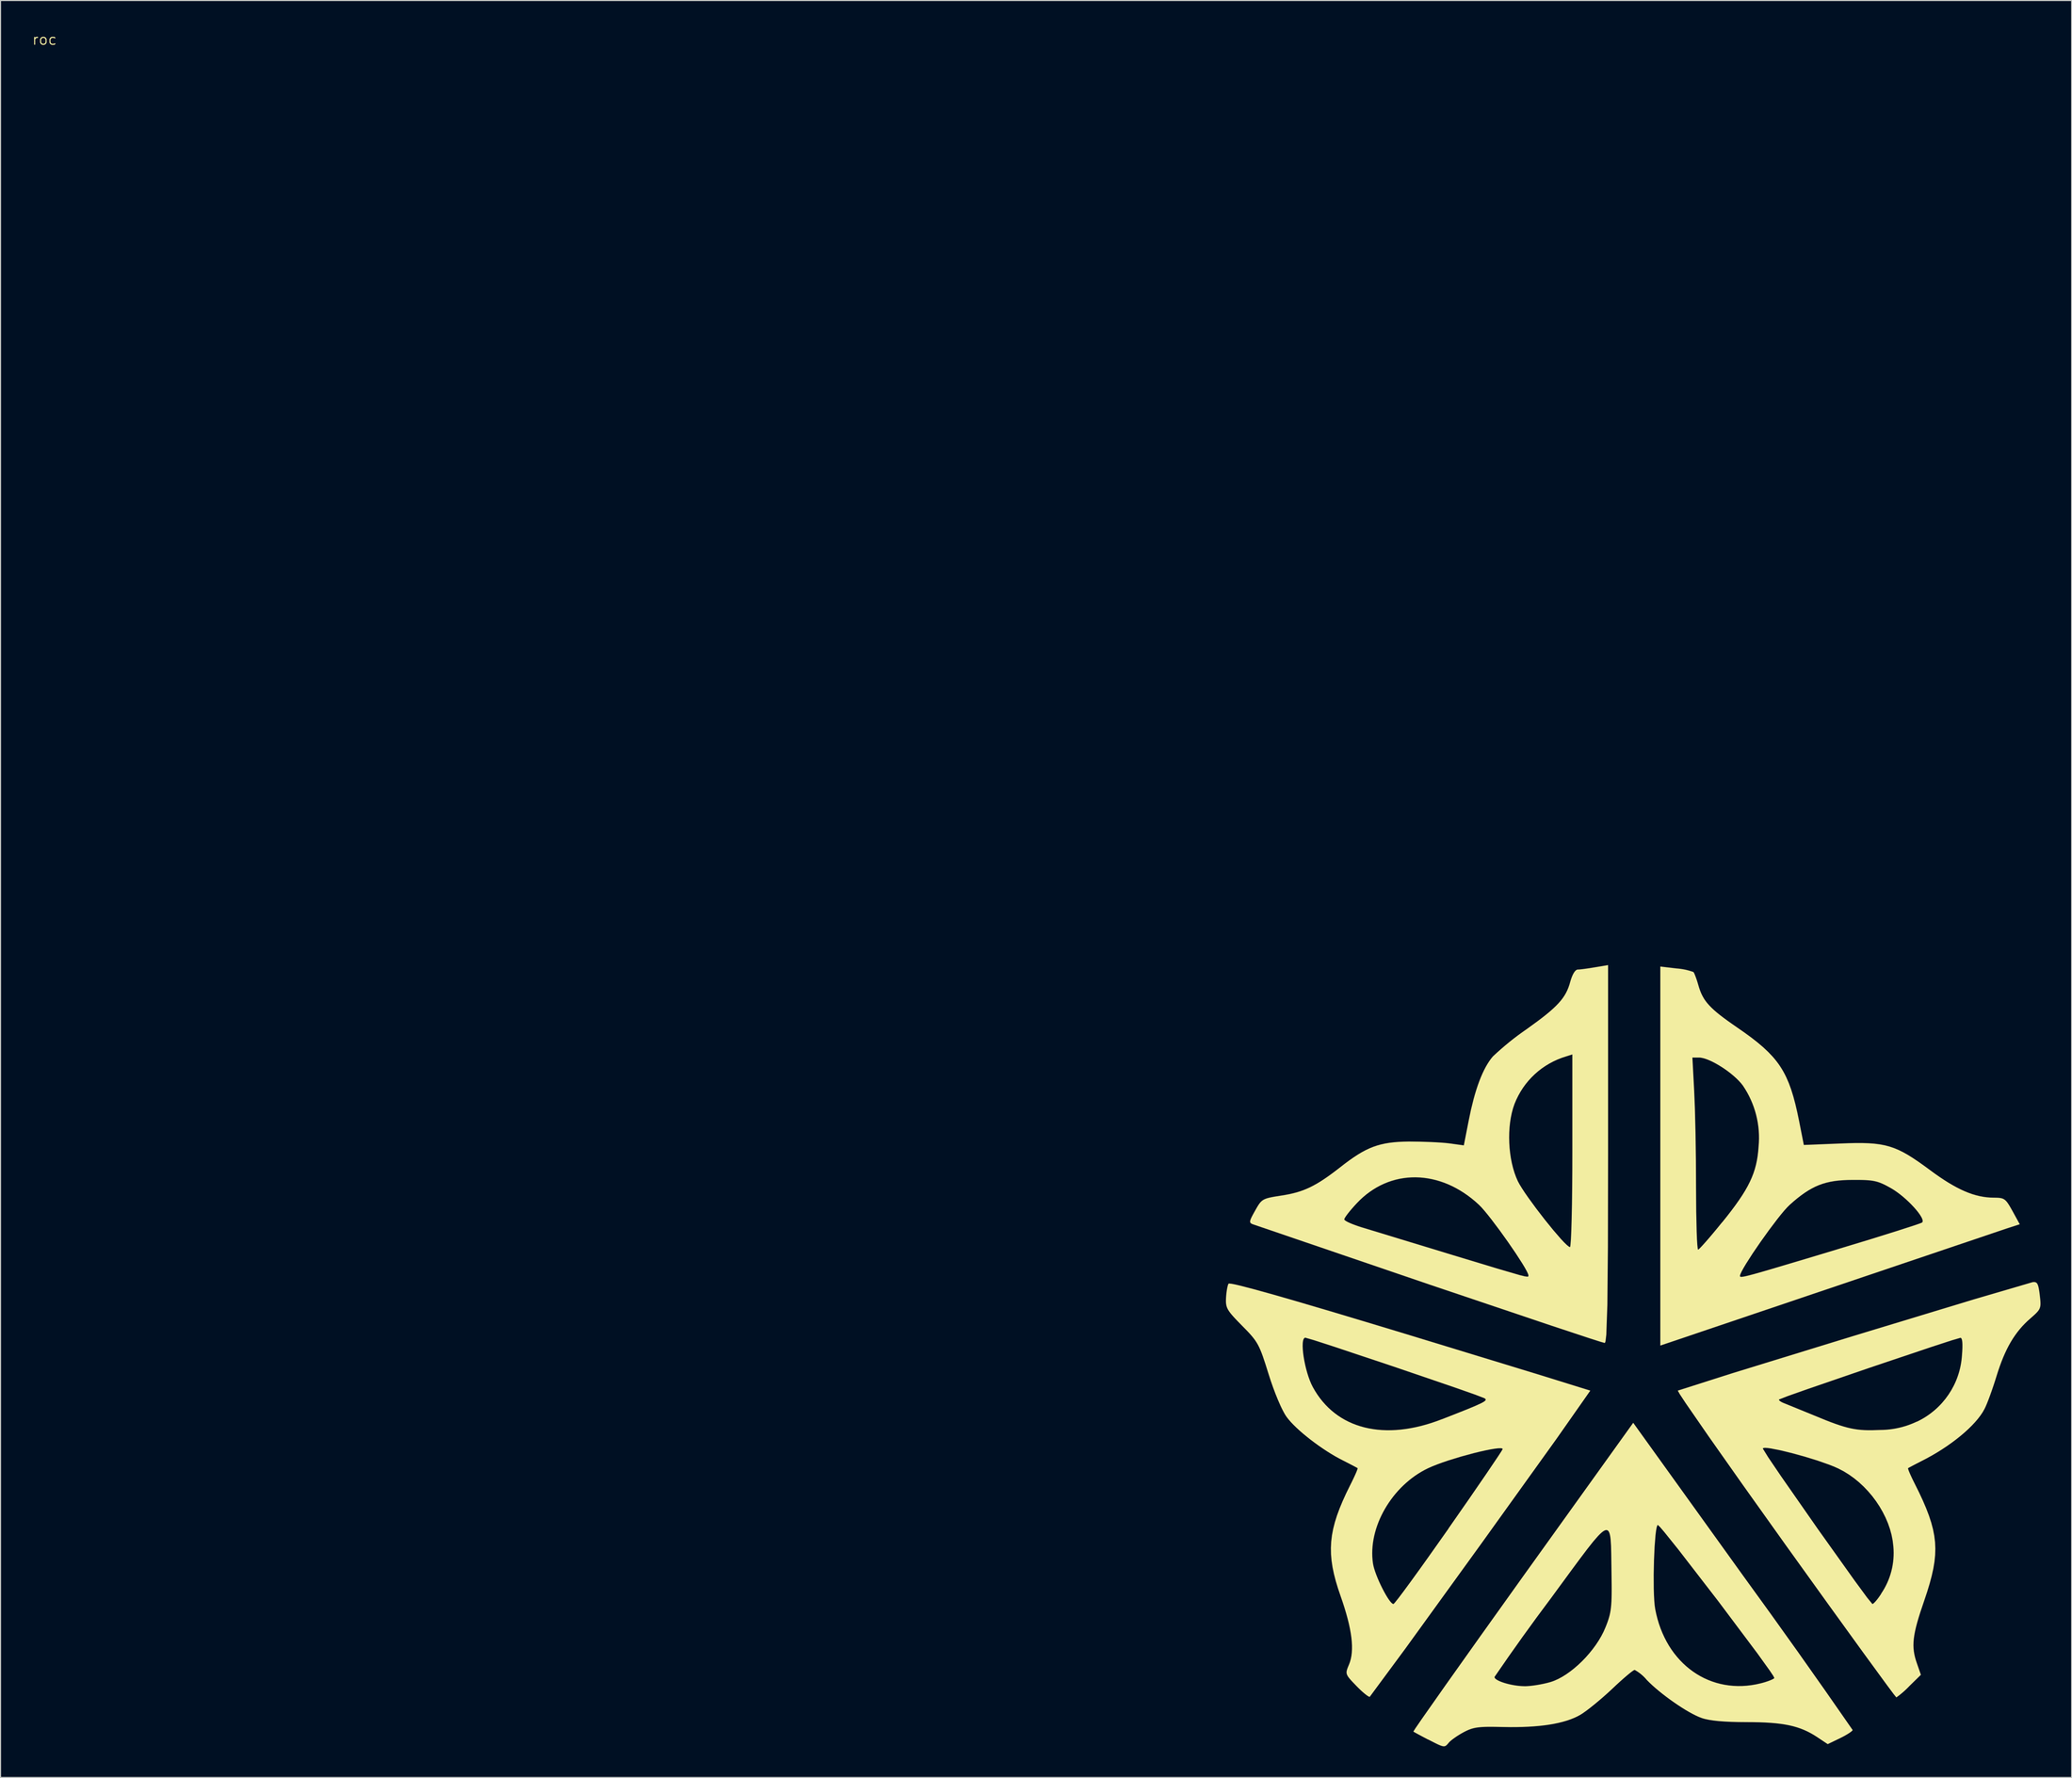
<source format=kicad_pcb>
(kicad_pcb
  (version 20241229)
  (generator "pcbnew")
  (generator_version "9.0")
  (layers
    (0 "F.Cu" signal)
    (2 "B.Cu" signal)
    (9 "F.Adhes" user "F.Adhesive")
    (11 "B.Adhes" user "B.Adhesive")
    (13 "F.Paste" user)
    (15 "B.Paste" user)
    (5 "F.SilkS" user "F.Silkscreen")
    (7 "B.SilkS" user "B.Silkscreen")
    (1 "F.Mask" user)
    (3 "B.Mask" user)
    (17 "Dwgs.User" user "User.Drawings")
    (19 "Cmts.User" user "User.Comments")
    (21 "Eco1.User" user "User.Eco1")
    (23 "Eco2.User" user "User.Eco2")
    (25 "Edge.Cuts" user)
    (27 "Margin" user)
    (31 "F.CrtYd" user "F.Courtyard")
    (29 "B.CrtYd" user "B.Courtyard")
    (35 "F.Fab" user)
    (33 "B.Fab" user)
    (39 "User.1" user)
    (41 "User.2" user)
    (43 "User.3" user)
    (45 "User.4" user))
  (footprint "roc"
    (layer "F.Cu")
    (at 1.24 1.26)
    (property "Reference" "roc" (at 0 -0.5 0) (layer "F.SilkS") (effects (font (size 1 1) (thickness 0.1))))
    (attr exclude_from_pos_files exclude_from_bom)
    (fp_poly (pts (xy 157.105 88.994) (xy 157.319 89.012) (xy 157.531 89.037) (xy 157.743 89.069) (xy 157.953 89.109) (xy 158.161 89.157) (xy 158.368 89.212) (xy 158.572 89.274) (xy 158.775 89.344) (xy 158.793 89.368) (xy 158.814 89.402) (xy 158.837 89.446) (xy 158.863 89.499) (xy 158.89 89.56) (xy 158.918 89.629) (xy 158.98 89.787) (xy 159.045 89.968) (xy 159.113 90.168) (xy 159.18 90.382) (xy 159.245 90.604) (xy 159.331 90.887) (xy 159.424 91.153) (xy 159.527 91.405) (xy 159.644 91.645) (xy 159.776 91.877) (xy 159.848 91.991) (xy 159.926 92.103) (xy 160.008 92.215) (xy 160.096 92.327) (xy 160.29 92.55) (xy 160.51 92.777) (xy 160.757 93.009) (xy 161.036 93.25) (xy 161.349 93.502) (xy 161.697 93.769) (xy 162.084 94.053) (xy 162.513 94.357) (xy 162.985 94.684) (xy 163.71 95.191) (xy 164.368 95.673) (xy 164.961 96.138) (xy 165.496 96.593) (xy 165.975 97.044) (xy 166.405 97.498) (xy 166.602 97.728) (xy 166.789 97.962) (xy 166.966 98.2) (xy 167.132 98.443) (xy 167.29 98.692) (xy 167.439 98.947) (xy 167.581 99.211) (xy 167.715 99.483) (xy 167.963 100.056) (xy 168.188 100.673) (xy 168.395 101.342) (xy 168.589 102.068) (xy 168.774 102.86) (xy 168.955 103.724) (xy 169.405 106.004) (xy 172.905 105.864) (xy 173.687 105.834) (xy 174.398 105.818) (xy 175.046 105.819) (xy 175.639 105.838) (xy 176.185 105.878) (xy 176.694 105.942) (xy 177.174 106.032) (xy 177.632 106.151) (xy 178.078 106.301) (xy 178.52 106.485) (xy 178.967 106.705) (xy 179.427 106.963) (xy 179.908 107.263) (xy 180.419 107.606) (xy 180.968 107.996) (xy 181.565 108.434) (xy 182.03 108.773) (xy 182.479 109.087) (xy 182.912 109.376) (xy 183.331 109.64) (xy 183.737 109.879) (xy 184.131 110.096) (xy 184.514 110.289) (xy 184.888 110.46) (xy 185.254 110.609) (xy 185.613 110.737) (xy 185.967 110.843) (xy 186.316 110.93) (xy 186.662 110.997) (xy 187.007 111.044) (xy 187.35 111.073) (xy 187.695 111.084) (xy 187.877 111.085) (xy 188.04 111.09) (xy 188.186 111.099) (xy 188.316 111.115) (xy 188.376 111.126) (xy 188.433 111.139) (xy 188.488 111.154) (xy 188.54 111.172) (xy 188.59 111.193) (xy 188.638 111.217) (xy 188.684 111.244) (xy 188.729 111.274) (xy 188.774 111.307) (xy 188.817 111.345) (xy 188.86 111.386) (xy 188.902 111.431) (xy 188.945 111.481) (xy 188.988 111.535) (xy 189.075 111.657) (xy 189.168 111.8) (xy 189.267 111.964) (xy 189.375 112.152) (xy 189.494 112.364) (xy 190.194 113.644) (xy 188.964 114.044) (xy 171.665 119.894) (xy 155.585 125.333) (xy 155.585 118.614) (xy 163.255 118.614) (xy 163.255 118.626) (xy 163.256 118.637) (xy 163.258 118.648) (xy 163.26 118.658) (xy 163.264 118.667) (xy 163.269 118.676) (xy 163.276 118.684) (xy 163.284 118.691) (xy 163.295 118.697) (xy 163.307 118.702) (xy 163.322 118.706) (xy 163.34 118.71) (xy 163.36 118.711) (xy 163.384 118.712) (xy 163.41 118.712) (xy 163.44 118.71) (xy 163.473 118.707) (xy 163.51 118.702) (xy 163.551 118.696) (xy 163.596 118.689) (xy 163.646 118.68) (xy 163.7 118.669) (xy 163.758 118.657) (xy 163.822 118.643) (xy 163.891 118.627) (xy 163.965 118.61) (xy 164.129 118.569) (xy 164.318 118.52) (xy 164.531 118.462) (xy 164.771 118.396) (xy 165.04 118.321) (xy 165.339 118.236) (xy 165.668 118.141) (xy 166.031 118.035) (xy 166.429 117.918) (xy 166.863 117.79) (xy 167.334 117.65) (xy 168.397 117.333) (xy 169.63 116.964) (xy 171.045 116.538) (xy 172.655 116.054) (xy 172.645 116.054) (xy 175.746 115.112) (xy 178.317 114.31) (xy 180.089 113.735) (xy 180.592 113.56) (xy 180.795 113.474) (xy 180.825 113.435) (xy 180.843 113.387) (xy 180.848 113.329) (xy 180.842 113.263) (xy 180.823 113.189) (xy 180.794 113.107) (xy 180.754 113.019) (xy 180.704 112.924) (xy 180.576 112.718) (xy 180.415 112.493) (xy 180.223 112.253) (xy 180.005 112.004) (xy 179.765 111.749) (xy 179.507 111.492) (xy 179.235 111.239) (xy 178.952 110.993) (xy 178.664 110.759) (xy 178.374 110.542) (xy 178.087 110.345) (xy 177.805 110.174) (xy 177.57 110.043) (xy 177.353 109.926) (xy 177.151 109.824) (xy 176.959 109.735) (xy 176.775 109.658) (xy 176.594 109.593) (xy 176.411 109.538) (xy 176.225 109.493) (xy 176.03 109.456) (xy 175.822 109.427) (xy 175.599 109.406) (xy 175.355 109.39) (xy 175.088 109.38) (xy 174.793 109.375) (xy 174.105 109.374) (xy 173.624 109.38) (xy 173.171 109.401) (xy 172.742 109.436) (xy 172.334 109.487) (xy 171.944 109.556) (xy 171.57 109.643) (xy 171.209 109.749) (xy 170.857 109.876) (xy 170.512 110.025) (xy 170.171 110.197) (xy 169.831 110.393) (xy 169.49 110.614) (xy 169.143 110.862) (xy 168.788 111.137) (xy 168.423 111.44) (xy 168.045 111.774) (xy 167.81 112.006) (xy 167.523 112.325) (xy 167.194 112.719) (xy 166.832 113.174) (xy 166.046 114.216) (xy 165.237 115.344) (xy 164.48 116.453) (xy 163.849 117.438) (xy 163.603 117.851) (xy 163.416 118.193) (xy 163.297 118.452) (xy 163.266 118.546) (xy 163.255 118.614) (xy 155.585 118.614) (xy 155.585 97.584) (xy 158.675 97.584) (xy 158.845 100.804) (xy 158.915 102.529) (xy 158.973 104.849) (xy 159.011 107.461) (xy 159.025 110.064) (xy 159.041 112.408) (xy 159.084 114.327) (xy 159.113 115.066) (xy 159.147 115.623) (xy 159.185 115.974) (xy 159.205 116.064) (xy 159.225 116.094) (xy 159.237 116.089) (xy 159.255 116.078) (xy 159.305 116.036) (xy 159.376 115.97) (xy 159.465 115.879) (xy 159.571 115.767) (xy 159.694 115.634) (xy 159.982 115.31) (xy 160.321 114.919) (xy 160.699 114.472) (xy 161.107 113.98) (xy 161.535 113.454) (xy 161.545 113.454) (xy 162.011 112.871) (xy 162.435 112.322) (xy 162.82 111.805) (xy 163.166 111.315) (xy 163.477 110.848) (xy 163.753 110.401) (xy 163.997 109.97) (xy 164.21 109.551) (xy 164.395 109.14) (xy 164.553 108.734) (xy 164.686 108.328) (xy 164.796 107.919) (xy 164.885 107.503) (xy 164.955 107.076) (xy 165.008 106.634) (xy 165.045 106.174) (xy 165.074 105.784) (xy 165.087 105.394) (xy 165.082 105.006) (xy 165.061 104.619) (xy 165.022 104.234) (xy 164.968 103.851) (xy 164.896 103.472) (xy 164.809 103.096) (xy 164.705 102.724) (xy 164.585 102.357) (xy 164.449 101.996) (xy 164.297 101.64) (xy 164.13 101.29) (xy 163.947 100.947) (xy 163.748 100.612) (xy 163.535 100.284) (xy 163.355 100.056) (xy 163.145 99.823) (xy 162.909 99.589) (xy 162.651 99.356) (xy 162.374 99.126) (xy 162.084 98.902) (xy 161.783 98.687) (xy 161.477 98.484) (xy 161.17 98.295) (xy 160.865 98.122) (xy 160.566 97.968) (xy 160.278 97.837) (xy 160.005 97.73) (xy 159.751 97.651) (xy 159.519 97.601) (xy 159.413 97.588) (xy 159.315 97.584) (xy 158.675 97.584) (xy 155.585 97.584) (xy 155.585 88.814)) (stroke (width -0.000001) (type solid)) (fill yes) (layer "F.SilkS"))
    (fp_poly (pts (xy 150.555 106.884) (xy 150.54 115.804) (xy 150.488 121.387) (xy 150.386 124.269) (xy 150.314 124.895) (xy 150.272 125.039) (xy 150.225 125.083) (xy 149.822 124.968) (xy 148.793 124.638) (xy 145.135 123.427) (xy 133.355 119.454) (xy 133.355 119.454) (xy 116.376 113.654) (xy 116.338 113.64) (xy 116.302 113.626) (xy 116.269 113.611) (xy 116.239 113.597) (xy 116.212 113.582) (xy 116.187 113.566) (xy 116.165 113.55) (xy 116.145 113.532) (xy 116.129 113.513) (xy 116.115 113.493) (xy 116.104 113.471) (xy 116.096 113.447) (xy 116.09 113.421) (xy 116.088 113.394) (xy 116.089 113.364) (xy 116.092 113.331) (xy 116.098 113.296) (xy 116.108 113.258) (xy 116.12 113.217) (xy 116.135 113.174) (xy 125.156 113.174) (xy 125.158 113.188) (xy 125.165 113.204) (xy 125.176 113.221) (xy 125.192 113.239) (xy 125.212 113.258) (xy 125.236 113.278) (xy 125.296 113.32) (xy 125.371 113.365) (xy 125.461 113.414) (xy 125.564 113.464) (xy 125.679 113.517) (xy 125.806 113.572) (xy 125.944 113.628) (xy 126.092 113.685) (xy 126.248 113.743) (xy 126.413 113.801) (xy 126.584 113.859) (xy 126.762 113.917) (xy 126.946 113.974) (xy 135.605 116.614) (xy 139.877 117.91) (xy 142.032 118.539) (xy 142.541 118.664) (xy 142.793 118.695) (xy 142.85 118.683) (xy 142.877 118.657) (xy 142.885 118.574) (xy 142.875 118.509) (xy 142.844 118.418) (xy 142.726 118.166) (xy 142.541 117.831) (xy 142.297 117.425) (xy 141.671 116.454) (xy 140.92 115.356) (xy 140.117 114.235) (xy 139.333 113.193) (xy 138.971 112.735) (xy 138.642 112.335) (xy 138.354 112.007) (xy 138.115 111.764) (xy 137.764 111.448) (xy 137.407 111.153) (xy 137.043 110.878) (xy 136.675 110.622) (xy 136.302 110.387) (xy 135.924 110.172) (xy 135.543 109.976) (xy 135.159 109.801) (xy 134.772 109.646) (xy 134.382 109.511) (xy 133.992 109.396) (xy 133.6 109.301) (xy 133.208 109.226) (xy 132.815 109.171) (xy 132.424 109.136) (xy 132.033 109.121) (xy 131.644 109.127) (xy 131.257 109.152) (xy 130.872 109.198) (xy 130.491 109.263) (xy 130.114 109.349) (xy 129.74 109.455) (xy 129.372 109.581) (xy 129.009 109.727) (xy 128.651 109.894) (xy 128.3 110.08) (xy 127.956 110.287) (xy 127.619 110.514) (xy 127.29 110.761) (xy 126.969 111.029) (xy 126.658 111.316) (xy 126.356 111.624) (xy 126.115 111.885) (xy 125.89 112.14) (xy 125.686 112.382) (xy 125.508 112.605) (xy 125.361 112.802) (xy 125.301 112.889) (xy 125.25 112.967) (xy 125.21 113.035) (xy 125.18 113.093) (xy 125.162 113.139) (xy 125.156 113.174) (xy 116.135 113.174) (xy 116.136 113.173) (xy 116.154 113.126) (xy 116.176 113.075) (xy 116.2 113.02) (xy 116.228 112.962) (xy 116.259 112.899) (xy 116.293 112.833) (xy 116.371 112.686) (xy 116.462 112.52) (xy 116.566 112.334) (xy 116.678 112.134) (xy 116.78 111.958) (xy 116.875 111.804) (xy 116.922 111.735) (xy 116.968 111.67) (xy 117.014 111.609) (xy 117.06 111.553) (xy 117.108 111.501) (xy 117.156 111.452) (xy 117.207 111.407) (xy 117.26 111.365) (xy 117.315 111.326) (xy 117.373 111.29) (xy 117.435 111.256) (xy 117.501 111.225) (xy 117.571 111.195) (xy 117.645 111.168) (xy 117.725 111.141) (xy 117.811 111.116) (xy 118 111.07) (xy 118.217 111.025) (xy 118.464 110.98) (xy 119.066 110.884) (xy 119.463 110.819) (xy 119.84 110.747) (xy 120.2 110.666) (xy 120.545 110.576) (xy 120.879 110.474) (xy 121.206 110.359) (xy 121.528 110.229) (xy 121.848 110.084) (xy 122.17 109.921) (xy 122.497 109.74) (xy 122.832 109.538) (xy 123.178 109.314) (xy 123.538 109.068) (xy 123.915 108.796) (xy 124.314 108.499) (xy 124.736 108.174) (xy 125.196 107.816) (xy 125.631 107.493) (xy 126.044 107.203) (xy 126.441 106.944) (xy 126.825 106.714) (xy 127.199 106.512) (xy 127.57 106.336) (xy 127.939 106.185) (xy 128.313 106.057) (xy 128.694 105.951) (xy 129.087 105.864) (xy 129.496 105.796) (xy 129.925 105.744) (xy 130.379 105.708) (xy 130.861 105.685) (xy 131.375 105.674) (xy 132.41 105.686) (xy 133.479 105.721) (xy 133.987 105.746) (xy 134.457 105.775) (xy 134.871 105.808) (xy 135.215 105.844) (xy 136.665 106.044) (xy 136.811 105.301) (xy 141.03 105.301) (xy 141.042 105.804) (xy 141.074 106.305) (xy 141.127 106.802) (xy 141.2 107.291) (xy 141.294 107.769) (xy 141.407 108.231) (xy 141.54 108.675) (xy 141.693 109.097) (xy 141.865 109.494) (xy 142.03 109.801) (xy 142.261 110.177) (xy 142.546 110.611) (xy 142.877 111.089) (xy 143.638 112.131) (xy 144.465 113.205) (xy 145.281 114.212) (xy 146.008 115.053) (xy 146.314 115.38) (xy 146.569 115.629) (xy 146.762 115.788) (xy 146.833 115.829) (xy 146.885 115.844) (xy 146.897 115.831) (xy 146.909 115.795) (xy 146.932 115.654) (xy 146.976 115.111) (xy 147.015 114.252) (xy 147.049 113.116) (xy 147.077 111.741) (xy 147.098 110.165) (xy 147.111 108.427) (xy 147.115 106.564) (xy 147.115 97.284) (xy 146.515 97.474) (xy 146.094 97.612) (xy 145.683 97.773) (xy 145.285 97.957) (xy 144.899 98.162) (xy 144.526 98.389) (xy 144.168 98.635) (xy 143.825 98.901) (xy 143.498 99.186) (xy 143.187 99.489) (xy 142.894 99.809) (xy 142.619 100.146) (xy 142.363 100.499) (xy 142.127 100.867) (xy 141.912 101.249) (xy 141.717 101.645) (xy 141.545 102.054) (xy 141.406 102.464) (xy 141.29 102.899) (xy 141.195 103.353) (xy 141.121 103.824) (xy 141.07 104.308) (xy 141.039 104.802) (xy 141.03 105.301) (xy 136.811 105.301) (xy 137.125 103.694) (xy 137.353 102.607) (xy 137.601 101.605) (xy 137.732 101.137) (xy 137.868 100.691) (xy 138.008 100.266) (xy 138.153 99.864) (xy 138.302 99.484) (xy 138.456 99.127) (xy 138.614 98.793) (xy 138.776 98.482) (xy 138.943 98.195) (xy 139.113 97.931) (xy 139.287 97.69) (xy 139.465 97.474) (xy 139.852 97.115) (xy 140.246 96.763) (xy 140.646 96.42) (xy 141.053 96.084) (xy 141.466 95.757) (xy 141.886 95.437) (xy 142.313 95.127) (xy 142.745 94.824) (xy 143.754 94.09) (xy 144.19 93.76) (xy 144.582 93.449) (xy 144.935 93.156) (xy 145.25 92.878) (xy 145.531 92.612) (xy 145.779 92.354) (xy 145.998 92.103) (xy 146.189 91.854) (xy 146.356 91.607) (xy 146.501 91.356) (xy 146.627 91.101) (xy 146.736 90.837) (xy 146.832 90.562) (xy 146.915 90.274) (xy 146.954 90.144) (xy 146.993 90.02) (xy 147.035 89.903) (xy 147.077 89.793) (xy 147.12 89.69) (xy 147.165 89.595) (xy 147.21 89.507) (xy 147.256 89.427) (xy 147.303 89.355) (xy 147.35 89.291) (xy 147.398 89.237) (xy 147.445 89.191) (xy 147.493 89.155) (xy 147.541 89.128) (xy 147.588 89.111) (xy 147.612 89.106) (xy 147.635 89.104) (xy 147.741 89.1) (xy 147.89 89.087) (xy 148.075 89.066) (xy 148.289 89.039) (xy 148.525 89.006) (xy 148.776 88.969) (xy 149.035 88.928) (xy 149.295 88.884) (xy 150.555 88.674)) (stroke (width -0.000001) (type solid)) (fill yes) (layer "F.SilkS"))
    (fp_poly (pts (xy 114.3 119.38) (xy 114.637 119.445) (xy 115.103 119.552) (xy 116.431 119.896) (xy 118.299 120.415) (xy 120.724 121.114) (xy 123.721 121.999) (xy 127.307 123.074) (xy 131.495 124.343) (xy 143.733 128.085) (xy 148.845 129.673) (xy 145.59 134.318) (xy 138.334 144.434) (xy 131.024 154.545) (xy 127.606 159.173) (xy 127.593 159.174) (xy 127.578 159.173) (xy 127.56 159.168) (xy 127.54 159.161) (xy 127.492 159.139) (xy 127.436 159.107) (xy 127.372 159.065) (xy 127.3 159.014) (xy 127.221 158.954) (xy 127.136 158.887) (xy 127.045 158.811) (xy 126.949 158.729) (xy 126.849 158.64) (xy 126.745 158.544) (xy 126.638 158.444) (xy 126.529 158.338) (xy 126.418 158.227) (xy 126.306 158.113) (xy 126.306 158.113) (xy 125.95 157.741) (xy 125.807 157.586) (xy 125.687 157.448) (xy 125.588 157.325) (xy 125.546 157.267) (xy 125.509 157.213) (xy 125.477 157.16) (xy 125.45 157.109) (xy 125.427 157.059) (xy 125.408 157.01) (xy 125.394 156.962) (xy 125.384 156.915) (xy 125.378 156.867) (xy 125.375 156.819) (xy 125.377 156.77) (xy 125.382 156.719) (xy 125.391 156.668) (xy 125.403 156.614) (xy 125.437 156.499) (xy 125.482 156.373) (xy 125.539 156.232) (xy 125.606 156.073) (xy 125.703 155.813) (xy 125.78 155.534) (xy 125.839 155.237) (xy 125.877 154.921) (xy 125.896 154.586) (xy 125.896 154.23) (xy 125.875 153.854) (xy 125.836 153.458) (xy 125.776 153.04) (xy 125.697 152.602) (xy 125.598 152.141) (xy 125.479 151.657) (xy 125.34 151.151) (xy 125.182 150.622) (xy 125.004 150.07) (xy 124.806 149.493) (xy 124.551 148.742) (xy 124.336 148.028) (xy 124.161 147.347) (xy 124.025 146.692) (xy 123.931 146.058) (xy 123.877 145.439) (xy 123.875 145.339) (xy 127.844 145.339) (xy 127.851 145.67) (xy 127.875 145.998) (xy 127.916 146.323) (xy 127.961 146.557) (xy 128.032 146.821) (xy 128.125 147.111) (xy 128.237 147.419) (xy 128.365 147.74) (xy 128.505 148.066) (xy 128.655 148.391) (xy 128.811 148.709) (xy 128.969 149.014) (xy 129.127 149.299) (xy 129.281 149.558) (xy 129.429 149.784) (xy 129.566 149.971) (xy 129.69 150.112) (xy 129.798 150.202) (xy 129.844 150.225) (xy 129.886 150.233) (xy 129.904 150.224) (xy 129.936 150.195) (xy 130.036 150.085) (xy 130.375 149.66) (xy 130.881 148.988) (xy 131.534 148.099) (xy 132.312 147.024) (xy 133.194 145.791) (xy 135.185 142.973) (xy 135.175 142.973) (xy 137.161 140.12) (xy 138.805 137.727) (xy 139.94 136.045) (xy 140.263 135.548) (xy 140.395 135.323) (xy 140.396 135.283) (xy 140.366 135.253) (xy 140.307 135.233) (xy 140.22 135.222) (xy 139.969 135.229) (xy 139.628 135.269) (xy 139.209 135.339) (xy 138.725 135.436) (xy 138.189 135.557) (xy 137.615 135.698) (xy 136.405 136.028) (xy 135.198 136.398) (xy 134.629 136.59) (xy 134.1 136.782) (xy 133.624 136.971) (xy 133.215 137.153) (xy 132.893 137.315) (xy 132.578 137.49) (xy 132.271 137.679) (xy 131.97 137.88) (xy 131.678 138.092) (xy 131.393 138.317) (xy 131.117 138.552) (xy 130.85 138.797) (xy 130.592 139.052) (xy 130.344 139.316) (xy 130.105 139.589) (xy 129.877 139.87) (xy 129.658 140.159) (xy 129.451 140.454) (xy 129.254 140.756) (xy 129.069 141.063) (xy 128.896 141.376) (xy 128.735 141.694) (xy 128.585 142.015) (xy 128.449 142.341) (xy 128.326 142.669) (xy 128.215 143) (xy 128.119 143.333) (xy 128.036 143.667) (xy 127.968 144.002) (xy 127.914 144.337) (xy 127.875 144.672) (xy 127.852 145.006) (xy 127.844 145.339) (xy 123.875 145.339) (xy 123.865 144.829) (xy 123.896 144.222) (xy 123.969 143.613) (xy 124.085 142.995) (xy 124.245 142.364) (xy 124.448 141.712) (xy 124.697 141.035) (xy 124.991 140.327) (xy 125.33 139.582) (xy 125.716 138.793) (xy 125.875 138.475) (xy 126.019 138.175) (xy 126.147 137.902) (xy 126.256 137.661) (xy 126.341 137.458) (xy 126.402 137.3) (xy 126.434 137.193) (xy 126.439 137.16) (xy 126.436 137.143) (xy 126.42 137.132) (xy 126.391 137.115) (xy 126.297 137.063) (xy 126.16 136.989) (xy 125.986 136.897) (xy 125.547 136.669) (xy 125.026 136.403) (xy 124.645 136.205) (xy 124.255 135.987) (xy 123.859 135.751) (xy 123.46 135.5) (xy 123.062 135.236) (xy 122.666 134.962) (xy 122.278 134.681) (xy 121.899 134.395) (xy 121.534 134.105) (xy 121.184 133.816) (xy 120.854 133.529) (xy 120.547 133.246) (xy 120.265 132.971) (xy 120.012 132.706) (xy 119.791 132.452) (xy 119.606 132.213) (xy 119.516 132.082) (xy 119.421 131.927) (xy 119.321 131.748) (xy 119.216 131.548) (xy 119.107 131.329) (xy 118.995 131.091) (xy 118.766 130.568) (xy 118.532 129.993) (xy 118.301 129.378) (xy 118.077 128.737) (xy 117.866 128.083) (xy 117.561 127.114) (xy 117.303 126.348) (xy 117.184 126.028) (xy 117.067 125.741) (xy 116.949 125.481) (xy 116.895 125.375) (xy 121.146 125.375) (xy 121.158 125.684) (xy 121.189 126.025) (xy 121.237 126.391) (xy 121.302 126.774) (xy 121.382 127.168) (xy 121.476 127.565) (xy 121.584 127.957) (xy 121.704 128.337) (xy 121.835 128.698) (xy 121.976 129.033) (xy 122.126 129.333) (xy 122.341 129.707) (xy 122.57 130.064) (xy 122.814 130.404) (xy 123.071 130.726) (xy 123.341 131.031) (xy 123.624 131.319) (xy 123.92 131.589) (xy 124.228 131.841) (xy 124.548 132.076) (xy 124.88 132.293) (xy 125.223 132.493) (xy 125.578 132.674) (xy 125.943 132.838) (xy 126.319 132.983) (xy 126.705 133.11) (xy 127.101 133.22) (xy 127.506 133.311) (xy 127.921 133.383) (xy 128.345 133.437) (xy 128.777 133.473) (xy 129.218 133.49) (xy 129.667 133.489) (xy 130.124 133.469) (xy 130.588 133.43) (xy 131.06 133.372) (xy 131.538 133.295) (xy 132.023 133.2) (xy 132.514 133.085) (xy 133.011 132.951) (xy 133.514 132.798) (xy 134.022 132.625) (xy 134.535 132.433) (xy 134.545 132.433) (xy 135.921 131.896) (xy 136.982 131.474) (xy 137.761 131.149) (xy 138.294 130.905) (xy 138.479 130.808) (xy 138.615 130.725) (xy 138.706 130.654) (xy 138.757 130.593) (xy 138.772 130.539) (xy 138.756 130.491) (xy 138.712 130.447) (xy 138.645 130.403) (xy 137.744 130.058) (xy 135.744 129.353) (xy 129.928 127.365) (xy 124.161 125.438) (xy 122.222 124.81) (xy 121.406 124.573) (xy 121.354 124.583) (xy 121.308 124.61) (xy 121.268 124.655) (xy 121.234 124.716) (xy 121.205 124.793) (xy 121.183 124.884) (xy 121.166 124.989) (xy 121.154 125.106) (xy 121.146 125.375) (xy 116.895 125.375) (xy 116.827 125.243) (xy 116.698 125.022) (xy 116.558 124.81) (xy 116.404 124.603) (xy 116.233 124.393) (xy 116.042 124.177) (xy 115.828 123.947) (xy 115.316 123.424) (xy 114.822 122.917) (xy 114.619 122.702) (xy 114.442 122.508) (xy 114.29 122.332) (xy 114.162 122.172) (xy 114.055 122.023) (xy 113.967 121.884) (xy 113.897 121.75) (xy 113.844 121.62) (xy 113.805 121.49) (xy 113.779 121.356) (xy 113.763 121.217) (xy 113.757 121.069) (xy 113.759 120.909) (xy 113.766 120.734) (xy 113.781 120.515) (xy 113.802 120.299) (xy 113.829 120.091) (xy 113.86 119.896) (xy 113.894 119.721) (xy 113.93 119.572) (xy 113.949 119.509) (xy 113.968 119.454) (xy 113.987 119.409) (xy 114.006 119.374) (xy 114.033 119.36) (xy 114.09 119.356)) (stroke (width -0.000001) (type solid)) (fill yes) (layer "F.SilkS"))
    (fp_poly (pts (xy 163.535 147.473) (xy 166.211 151.174) (xy 168.865 154.89) (xy 171.495 158.622) (xy 174.104 162.371) (xy 174.102 162.382) (xy 174.098 162.393) (xy 174.09 162.406) (xy 174.08 162.421) (xy 174.066 162.437) (xy 174.05 162.454) (xy 174.01 162.491) (xy 173.959 162.533) (xy 173.899 162.579) (xy 173.83 162.628) (xy 173.752 162.68) (xy 173.667 162.735) (xy 173.574 162.792) (xy 173.475 162.85) (xy 173.371 162.91) (xy 173.261 162.971) (xy 173.146 163.032) (xy 173.027 163.092) (xy 172.905 163.153) (xy 171.705 163.733) (xy 170.685 163.053) (xy 170.372 162.855) (xy 170.06 162.675) (xy 169.743 162.511) (xy 169.42 162.364) (xy 169.087 162.231) (xy 168.742 162.114) (xy 168.38 162.01) (xy 168 161.92) (xy 167.597 161.843) (xy 167.17 161.778) (xy 166.714 161.725) (xy 166.227 161.683) (xy 165.706 161.651) (xy 165.147 161.63) (xy 164.548 161.617) (xy 163.905 161.613) (xy 163.118 161.607) (xy 162.404 161.588) (xy 161.762 161.557) (xy 161.19 161.514) (xy 160.685 161.458) (xy 160.246 161.389) (xy 159.87 161.308) (xy 159.705 161.262) (xy 159.555 161.213) (xy 159.292 161.111) (xy 159.002 160.979) (xy 158.689 160.82) (xy 158.356 160.637) (xy 158.007 160.432) (xy 157.647 160.208) (xy 157.279 159.968) (xy 156.908 159.715) (xy 156.536 159.452) (xy 156.169 159.18) (xy 155.81 158.904) (xy 155.463 158.625) (xy 155.132 158.347) (xy 154.821 158.072) (xy 154.534 157.803) (xy 154.275 157.543) (xy 154.214 157.47) (xy 154.151 157.399) (xy 154.087 157.33) (xy 154.021 157.262) (xy 153.953 157.196) (xy 153.884 157.131) (xy 153.813 157.069) (xy 153.741 157.007) (xy 153.667 156.948) (xy 153.593 156.89) (xy 153.516 156.835) (xy 153.439 156.78) (xy 153.36 156.728) (xy 153.279 156.678) (xy 153.198 156.629) (xy 153.115 156.583) (xy 153.1 156.585) (xy 153.079 156.592) (xy 153.025 156.62) (xy 152.954 156.665) (xy 152.866 156.727) (xy 152.763 156.804) (xy 152.646 156.896) (xy 152.517 157.001) (xy 152.375 157.119) (xy 152.061 157.39) (xy 151.712 157.701) (xy 151.337 158.044) (xy 150.945 158.413) (xy 150.535 158.792) (xy 150.107 159.173) (xy 149.674 159.546) (xy 149.249 159.899) (xy 148.844 160.223) (xy 148.472 160.507) (xy 148.145 160.74) (xy 148.002 160.835) (xy 147.875 160.913) (xy 147.588 161.069) (xy 147.276 161.213) (xy 146.941 161.347) (xy 146.582 161.47) (xy 146.2 161.581) (xy 145.794 161.682) (xy 145.364 161.772) (xy 144.912 161.85) (xy 144.435 161.918) (xy 143.936 161.975) (xy 143.413 162.02) (xy 142.868 162.055) (xy 142.299 162.078) (xy 141.707 162.091) (xy 141.093 162.092) (xy 140.455 162.083) (xy 139.65 162.067) (xy 138.993 162.065) (xy 138.711 162.071) (xy 138.457 162.083) (xy 138.226 162.1) (xy 138.015 162.123) (xy 137.822 162.152) (xy 137.642 162.189) (xy 137.471 162.233) (xy 137.308 162.285) (xy 137.148 162.346) (xy 136.988 162.415) (xy 136.825 162.494) (xy 136.655 162.583) (xy 136.429 162.708) (xy 136.206 162.842) (xy 135.989 162.979) (xy 135.787 163.117) (xy 135.603 163.25) (xy 135.445 163.375) (xy 135.377 163.433) (xy 135.317 163.487) (xy 135.266 163.537) (xy 135.225 163.583) (xy 135.15 163.674) (xy 135.081 163.753) (xy 135.049 163.787) (xy 135.017 163.818) (xy 134.986 163.846) (xy 134.955 163.871) (xy 134.924 163.891) (xy 134.891 163.909) (xy 134.858 163.923) (xy 134.823 163.933) (xy 134.786 163.939) (xy 134.747 163.942) (xy 134.705 163.94) (xy 134.66 163.935) (xy 134.612 163.926) (xy 134.56 163.913) (xy 134.504 163.896) (xy 134.444 163.875) (xy 134.378 163.85) (xy 134.307 163.82) (xy 134.231 163.787) (xy 134.148 163.749) (xy 133.964 163.66) (xy 133.75 163.552) (xy 133.225 163.283) (xy 133.225 163.293) (xy 132.704 163.019) (xy 132.264 162.784) (xy 131.95 162.611) (xy 131.854 162.555) (xy 131.805 162.523) (xy 132.004 162.205) (xy 132.61 161.322) (xy 134.867 158.108) (xy 135.449 157.287) (xy 139.624 157.287) (xy 139.632 157.322) (xy 139.649 157.358) (xy 139.676 157.395) (xy 139.711 157.432) (xy 139.755 157.469) (xy 139.806 157.506) (xy 139.864 157.544) (xy 140.002 157.619) (xy 140.166 157.693) (xy 140.351 157.765) (xy 140.555 157.834) (xy 140.776 157.899) (xy 141.009 157.959) (xy 141.252 158.012) (xy 141.501 158.059) (xy 141.755 158.097) (xy 142.008 158.126) (xy 142.26 158.145) (xy 142.505 158.153) (xy 142.624 158.153) (xy 142.753 158.148) (xy 143.038 158.127) (xy 143.352 158.091) (xy 143.684 158.043) (xy 144.025 157.983) (xy 144.366 157.914) (xy 144.696 157.837) (xy 145.005 157.753) (xy 145.189 157.693) (xy 145.376 157.623) (xy 145.756 157.452) (xy 146.141 157.244) (xy 146.529 157.001) (xy 146.917 156.727) (xy 147.302 156.424) (xy 147.68 156.095) (xy 148.049 155.744) (xy 148.406 155.374) (xy 148.747 154.986) (xy 149.07 154.585) (xy 149.372 154.174) (xy 149.649 153.755) (xy 149.899 153.332) (xy 150.119 152.907) (xy 150.305 152.483) (xy 150.408 152.225) (xy 150.499 151.983) (xy 150.578 151.753) (xy 150.647 151.528) (xy 150.707 151.303) (xy 150.757 151.074) (xy 150.798 150.834) (xy 150.831 150.578) (xy 150.857 150.301) (xy 150.877 149.998) (xy 150.89 149.663) (xy 150.897 149.291) (xy 150.9 148.876) (xy 150.898 148.413) (xy 150.886 147.408) (xy 154.949 147.408) (xy 154.956 148.749) (xy 154.974 149.356) (xy 155.003 149.899) (xy 155.043 150.36) (xy 155.095 150.723) (xy 155.197 151.213) (xy 155.318 151.69) (xy 155.457 152.153) (xy 155.615 152.602) (xy 155.791 153.036) (xy 155.984 153.455) (xy 156.193 153.859) (xy 156.418 154.248) (xy 156.659 154.62) (xy 156.915 154.976) (xy 157.186 155.314) (xy 157.47 155.636) (xy 157.768 155.94) (xy 158.078 156.226) (xy 158.401 156.494) (xy 158.736 156.743) (xy 159.082 156.973) (xy 159.439 157.183) (xy 159.806 157.374) (xy 160.183 157.544) (xy 160.569 157.694) (xy 160.963 157.823) (xy 161.366 157.93) (xy 161.776 158.016) (xy 162.193 158.079) (xy 162.617 158.12) (xy 163.046 158.138) (xy 163.481 158.133) (xy 163.921 158.105) (xy 164.366 158.052) (xy 164.814 157.975) (xy 165.265 157.873) (xy 165.502 157.81) (xy 165.73 157.741) (xy 165.942 157.67) (xy 166.132 157.599) (xy 166.296 157.53) (xy 166.366 157.498) (xy 166.426 157.466) (xy 166.477 157.437) (xy 166.518 157.41) (xy 166.547 157.385) (xy 166.565 157.363) (xy 166.467 157.163) (xy 166.14 156.672) (xy 164.93 154.987) (xy 161.166 149.963) (xy 157.299 144.954) (xy 155.96 143.288) (xy 155.55 142.809) (xy 155.355 142.623) (xy 155.323 142.631) (xy 155.291 142.676) (xy 155.231 142.869) (xy 155.175 143.186) (xy 155.123 143.608) (xy 155.037 144.701) (xy 154.978 146.013) (xy 154.949 147.408) (xy 150.886 147.408) (xy 150.885 147.323) (xy 150.859 145.388) (xy 150.84 144.632) (xy 150.801 144.023) (xy 150.772 143.774) (xy 150.733 143.564) (xy 150.685 143.393) (xy 150.626 143.261) (xy 150.554 143.169) (xy 150.468 143.117) (xy 150.368 143.105) (xy 150.25 143.136) (xy 150.115 143.208) (xy 149.961 143.322) (xy 149.786 143.48) (xy 149.589 143.681) (xy 149.126 144.215) (xy 148.559 144.93) (xy 147.88 145.829) (xy 147.076 146.916) (xy 145.055 149.673) (xy 143.665 151.545) (xy 142.297 153.432) (xy 140.95 155.335) (xy 139.625 157.253) (xy 139.624 157.287) (xy 135.449 157.287) (xy 138.228 153.371) (xy 142.345 147.603) (xy 152.975 132.773)) (stroke (width -0.000001) (type solid)) (fill yes) (layer "F.SilkS"))
    (fp_poly (pts (xy 191.588 119.214) (xy 191.621 119.216) (xy 191.653 119.22) (xy 191.684 119.226) (xy 191.712 119.235) (xy 191.74 119.246) (xy 191.766 119.259) (xy 191.79 119.276) (xy 191.814 119.295) (xy 191.836 119.317) (xy 191.857 119.342) (xy 191.877 119.371) (xy 191.896 119.402) (xy 191.914 119.438) (xy 191.931 119.477) (xy 191.947 119.519) (xy 191.963 119.566) (xy 191.978 119.616) (xy 191.993 119.671) (xy 192.007 119.73) (xy 192.021 119.793) (xy 192.034 119.861) (xy 192.047 119.933) (xy 192.073 120.093) (xy 192.099 120.273) (xy 192.124 120.474) (xy 192.171 120.903) (xy 192.185 121.082) (xy 192.192 121.241) (xy 192.19 121.383) (xy 192.185 121.449) (xy 192.177 121.512) (xy 192.167 121.572) (xy 192.153 121.63) (xy 192.137 121.685) (xy 192.117 121.74) (xy 192.094 121.793) (xy 192.067 121.845) (xy 192.036 121.897) (xy 192.001 121.949) (xy 191.963 122.002) (xy 191.92 122.055) (xy 191.821 122.165) (xy 191.703 122.283) (xy 191.565 122.412) (xy 191.224 122.714) (xy 190.949 122.96) (xy 190.687 123.215) (xy 190.435 123.48) (xy 190.195 123.756) (xy 189.965 124.045) (xy 189.745 124.346) (xy 189.534 124.66) (xy 189.332 124.99) (xy 189.138 125.335) (xy 188.952 125.696) (xy 188.773 126.075) (xy 188.6 126.472) (xy 188.434 126.889) (xy 188.273 127.326) (xy 188.116 127.784) (xy 187.964 128.263) (xy 187.816 128.736) (xy 187.659 129.213) (xy 187.499 129.683) (xy 187.338 130.132) (xy 187.183 130.547) (xy 187.038 130.914) (xy 186.907 131.221) (xy 186.795 131.453) (xy 186.624 131.755) (xy 186.416 132.065) (xy 186.173 132.383) (xy 185.897 132.707) (xy 185.589 133.036) (xy 185.253 133.367) (xy 184.89 133.699) (xy 184.501 134.031) (xy 184.089 134.36) (xy 183.655 134.686) (xy 183.202 135.007) (xy 182.732 135.32) (xy 182.246 135.626) (xy 181.747 135.92) (xy 181.235 136.204) (xy 180.715 136.473) (xy 180.249 136.712) (xy 179.855 136.917) (xy 179.573 137.068) (xy 179.487 137.117) (xy 179.445 137.143) (xy 179.441 137.149) (xy 179.439 137.158) (xy 179.439 137.171) (xy 179.441 137.187) (xy 179.451 137.229) (xy 179.467 137.283) (xy 179.49 137.349) (xy 179.519 137.426) (xy 179.554 137.513) (xy 179.595 137.61) (xy 179.691 137.827) (xy 179.805 138.073) (xy 179.934 138.34) (xy 180.075 138.623) (xy 180.497 139.476) (xy 180.867 140.271) (xy 181.186 141.016) (xy 181.455 141.718) (xy 181.674 142.388) (xy 181.844 143.031) (xy 181.965 143.658) (xy 182.04 144.276) (xy 182.067 144.893) (xy 182.048 145.517) (xy 181.984 146.157) (xy 181.875 146.822) (xy 181.721 147.518) (xy 181.525 148.255) (xy 181.286 149.041) (xy 181.005 149.883) (xy 180.617 151.036) (xy 180.459 151.545) (xy 180.323 152.013) (xy 180.209 152.445) (xy 180.118 152.846) (xy 180.048 153.218) (xy 179.998 153.567) (xy 179.97 153.895) (xy 179.961 154.208) (xy 179.972 154.51) (xy 180.002 154.803) (xy 180.051 155.094) (xy 180.118 155.384) (xy 180.203 155.679) (xy 180.305 155.983) (xy 180.675 157.053) (xy 179.565 158.143) (xy 179.42 158.292) (xy 179.272 158.437) (xy 179.12 158.579) (xy 178.965 158.717) (xy 178.807 158.852) (xy 178.646 158.983) (xy 178.482 159.11) (xy 178.315 159.233) (xy 178.071 158.933) (xy 177.428 158.072) (xy 175.121 154.913) (xy 171.743 150.239) (xy 167.645 144.533) (xy 167.645 144.533) (xy 163.569 138.811) (xy 161.051 135.236) (xy 165.464 135.236) (xy 165.465 135.273) (xy 165.981 136.106) (xy 167.188 137.889) (xy 170.75 143.001) (xy 174.304 147.988) (xy 175.502 149.617) (xy 176.005 150.233) (xy 176.016 150.232) (xy 176.029 150.228) (xy 176.043 150.222) (xy 176.058 150.213) (xy 176.076 150.202) (xy 176.094 150.189) (xy 176.135 150.156) (xy 176.18 150.114) (xy 176.23 150.065) (xy 176.283 150.008) (xy 176.34 149.944) (xy 176.399 149.874) (xy 176.461 149.798) (xy 176.525 149.716) (xy 176.59 149.63) (xy 176.656 149.539) (xy 176.722 149.443) (xy 176.789 149.345) (xy 176.855 149.243) (xy 176.845 149.243) (xy 177.009 148.99) (xy 177.163 148.731) (xy 177.304 148.466) (xy 177.434 148.196) (xy 177.551 147.921) (xy 177.657 147.641) (xy 177.75 147.358) (xy 177.831 147.071) (xy 177.9 146.781) (xy 177.956 146.488) (xy 177.999 146.192) (xy 178.03 145.895) (xy 178.048 145.596) (xy 178.054 145.296) (xy 178.046 144.995) (xy 178.025 144.693) (xy 177.96 144.133) (xy 177.85 143.57) (xy 177.697 143.009) (xy 177.503 142.452) (xy 177.27 141.902) (xy 176.999 141.363) (xy 176.694 140.836) (xy 176.356 140.326) (xy 175.987 139.834) (xy 175.589 139.365) (xy 175.165 138.92) (xy 174.716 138.503) (xy 174.244 138.117) (xy 173.752 137.765) (xy 173.242 137.449) (xy 172.715 137.173) (xy 172.315 136.995) (xy 171.845 136.809) (xy 170.747 136.424) (xy 169.53 136.047) (xy 168.302 135.706) (xy 167.173 135.43) (xy 166.252 135.247) (xy 165.903 135.199) (xy 165.646 135.185) (xy 165.496 135.209) (xy 165.464 135.236) (xy 161.051 135.236) (xy 160.254 134.103) (xy 158.039 130.896) (xy 157.813 130.554) (xy 167.012 130.554) (xy 167.013 130.563) (xy 167.016 130.572) (xy 167.02 130.582) (xy 167.026 130.592) (xy 167.033 130.603) (xy 167.041 130.614) (xy 167.051 130.625) (xy 167.063 130.637) (xy 167.075 130.649) (xy 167.089 130.661) (xy 167.105 130.673) (xy 167.121 130.686) (xy 167.139 130.699) (xy 167.158 130.712) (xy 167.178 130.725) (xy 167.199 130.738) (xy 167.244 130.764) (xy 167.293 130.791) (xy 167.346 130.817) (xy 167.403 130.843) (xy 167.462 130.869) (xy 167.525 130.893) (xy 170.465 132.093) (xy 171.533 132.53) (xy 172.001 132.712) (xy 172.434 132.871) (xy 172.835 133.009) (xy 173.212 133.127) (xy 173.568 133.226) (xy 173.91 133.307) (xy 174.243 133.372) (xy 174.572 133.421) (xy 174.904 133.456) (xy 175.243 133.478) (xy 175.595 133.489) (xy 175.966 133.489) (xy 176.785 133.463) (xy 177.011 133.459) (xy 177.237 133.448) (xy 177.462 133.431) (xy 177.686 133.408) (xy 177.91 133.379) (xy 178.132 133.344) (xy 178.353 133.302) (xy 178.574 133.255) (xy 178.792 133.202) (xy 179.01 133.142) (xy 179.225 133.077) (xy 179.439 133.006) (xy 179.651 132.929) (xy 179.861 132.846) (xy 180.069 132.758) (xy 180.275 132.663) (xy 180.275 132.673) (xy 180.508 132.559) (xy 180.737 132.437) (xy 180.961 132.307) (xy 181.179 132.171) (xy 181.391 132.028) (xy 181.599 131.878) (xy 181.8 131.722) (xy 181.996 131.56) (xy 182.185 131.392) (xy 182.369 131.217) (xy 182.546 131.037) (xy 182.718 130.851) (xy 183.041 130.464) (xy 183.337 130.057) (xy 183.606 129.631) (xy 183.846 129.187) (xy 183.955 128.959) (xy 184.057 128.728) (xy 184.151 128.493) (xy 184.237 128.254) (xy 184.316 128.012) (xy 184.386 127.768) (xy 184.448 127.52) (xy 184.503 127.269) (xy 184.548 127.016) (xy 184.586 126.761) (xy 184.614 126.503) (xy 184.635 126.243) (xy 184.662 125.862) (xy 184.676 125.528) (xy 184.677 125.244) (xy 184.672 125.12) (xy 184.665 125.008) (xy 184.654 124.91) (xy 184.639 124.824) (xy 184.622 124.751) (xy 184.601 124.691) (xy 184.577 124.644) (xy 184.549 124.611) (xy 184.519 124.59) (xy 184.502 124.585) (xy 184.485 124.583) (xy 183.641 124.831) (xy 181.634 125.486) (xy 175.691 127.486) (xy 169.78 129.519) (xy 167.812 130.216) (xy 167.025 130.523) (xy 167.019 130.53) (xy 167.015 130.538) (xy 167.013 130.546) (xy 167.012 130.554) (xy 157.813 130.554) (xy 157.451 130.006) (xy 157.265 129.673) (xy 162.572 127.98) (xy 174.128 124.422) (xy 185.796 120.877) (xy 191.434 119.224) (xy 191.476 119.219) (xy 191.515 119.215) (xy 191.552 119.214)) (stroke (width -0.000001) (type solid)) (fill yes) (layer "F.SilkS")))
  (gr_rect
    (start -3 -3)
    (end 196.432 168.202)
    (stroke (width 0.1) (type default))
    (fill no)
    (layer "Edge.Cuts")))
</source>
